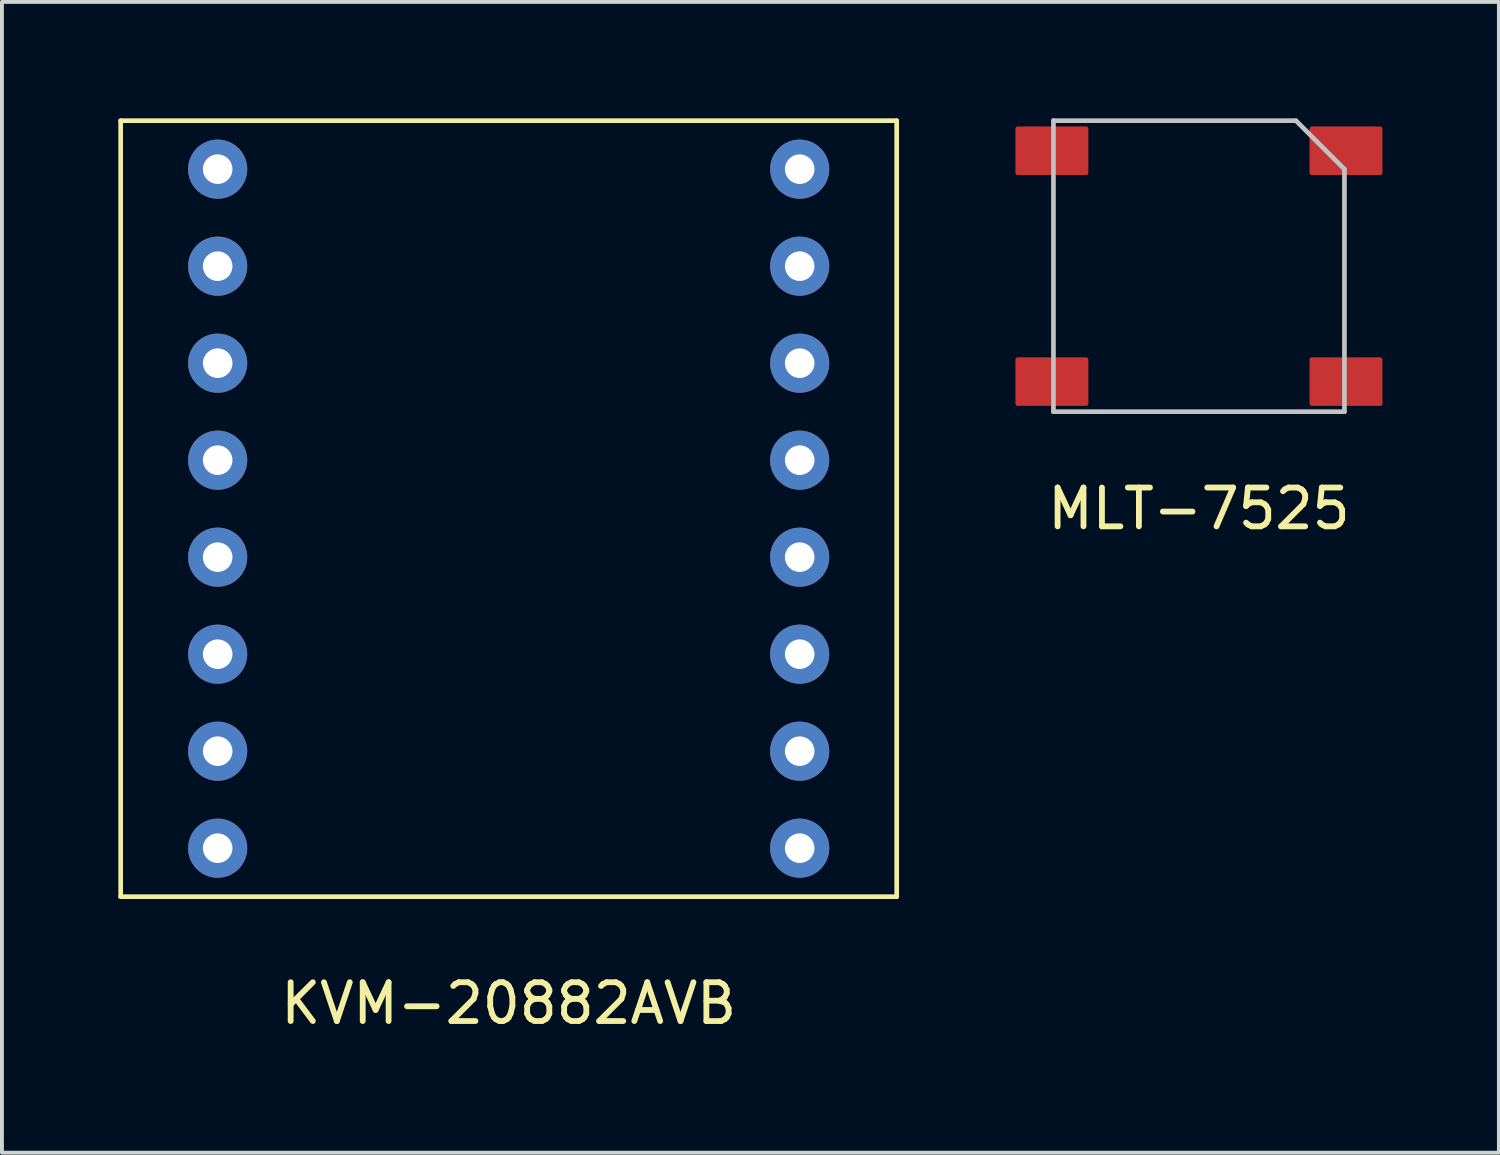
<source format=kicad_pcb>
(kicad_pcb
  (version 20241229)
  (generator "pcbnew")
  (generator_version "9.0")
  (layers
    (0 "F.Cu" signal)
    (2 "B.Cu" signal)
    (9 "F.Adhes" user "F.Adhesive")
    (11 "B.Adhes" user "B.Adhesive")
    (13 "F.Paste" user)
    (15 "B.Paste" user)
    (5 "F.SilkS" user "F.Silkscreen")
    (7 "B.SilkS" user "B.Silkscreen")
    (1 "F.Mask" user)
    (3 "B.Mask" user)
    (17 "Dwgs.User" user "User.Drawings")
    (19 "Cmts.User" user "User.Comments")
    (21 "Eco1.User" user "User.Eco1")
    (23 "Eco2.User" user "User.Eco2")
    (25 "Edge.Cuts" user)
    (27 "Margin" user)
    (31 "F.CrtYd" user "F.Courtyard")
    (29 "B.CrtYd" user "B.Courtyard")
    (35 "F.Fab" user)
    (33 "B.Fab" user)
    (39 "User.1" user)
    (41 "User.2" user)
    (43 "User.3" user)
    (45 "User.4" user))
  (footprint "KVM-20882AVB"
    (layer "F.Cu")
    (at 10.06 10.06)
    (property "Reference" "KVM-20882AVB" (at 0 12.75 0) (layer "F.SilkS") (effects (font (size 1 1) (thickness 0.15))))
    (attr through_hole)
    (fp_line (start -10 -10) (end -10 10) (stroke (width 0.12) (type solid)) (layer "F.SilkS"))
    (fp_line (start -10 10) (end 10 10) (stroke (width 0.12) (type solid)) (layer "F.SilkS"))
    (fp_line (start 10 -10) (end -10 -10) (stroke (width 0.12) (type solid)) (layer "F.SilkS"))
    (fp_line (start 10 10) (end 10 -10) (stroke (width 0.12) (type solid)) (layer "F.SilkS"))
    (pad "1" thru_hole circle (at -7.5 -8.75) (size 1.524 1.524) (drill 0.762) (layers "*.Cu" "*.Mask"))
    (pad "2" thru_hole circle (at -7.5 -6.25) (size 1.524 1.524) (drill 0.762) (layers "*.Cu" "*.Mask"))
    (pad "3" thru_hole circle (at -7.5 -3.75) (size 1.524 1.524) (drill 0.762) (layers "*.Cu" "*.Mask"))
    (pad "4" thru_hole circle (at -7.5 -1.25) (size 1.524 1.524) (drill 0.762) (layers "*.Cu" "*.Mask"))
    (pad "5" thru_hole circle (at -7.5 1.25) (size 1.524 1.524) (drill 0.762) (layers "*.Cu" "*.Mask"))
    (pad "6" thru_hole circle (at -7.5 3.75) (size 1.524 1.524) (drill 0.762) (layers "*.Cu" "*.Mask"))
    (pad "7" thru_hole circle (at -7.5 6.25) (size 1.524 1.524) (drill 0.762) (layers "*.Cu" "*.Mask"))
    (pad "8" thru_hole circle (at -7.5 8.75) (size 1.524 1.524) (drill 0.762) (layers "*.Cu" "*.Mask"))
    (pad "9" thru_hole circle (at 7.5 8.75) (size 1.524 1.524) (drill 0.762) (layers "*.Cu" "*.Mask"))
    (pad "10" thru_hole circle (at 7.5 6.25) (size 1.524 1.524) (drill 0.762) (layers "*.Cu" "*.Mask"))
    (pad "11" thru_hole circle (at 7.5 3.75) (size 1.524 1.524) (drill 0.762) (layers "*.Cu" "*.Mask"))
    (pad "12" thru_hole circle (at 7.5 1.25) (size 1.524 1.524) (drill 0.762) (layers "*.Cu" "*.Mask"))
    (pad "13" thru_hole circle (at 7.5 -1.25) (size 1.524 1.524) (drill 0.762) (layers "*.Cu" "*.Mask"))
    (pad "14" thru_hole circle (at 7.5 -3.75) (size 1.524 1.524) (drill 0.762) (layers "*.Cu" "*.Mask"))
    (pad "15" thru_hole circle (at 7.5 -6.25) (size 1.524 1.524) (drill 0.762) (layers "*.Cu" "*.Mask"))
    (pad "16" thru_hole circle (at 7.5 -8.75) (size 1.524 1.524) (drill 0.762) (layers "*.Cu" "*.Mask")))
  (footprint "MLT-7525"
    (layer "F.Cu")
    (at 27.85 3.81)
    (property "Reference" "MLT-7525" (at 0 6.25 0) (layer "F.SilkS") (effects (font (size 1 1) (thickness 0.15))))
    (attr through_hole)
    (fp_line (start -3.75 -3.75) (end -3.75 3.75) (stroke (width 0.12) (type solid)) (layer "Dwgs.User"))
    (fp_line (start -3.75 3.75) (end 3.75 3.75) (stroke (width 0.12) (type solid)) (layer "Dwgs.User"))
    (fp_line (start 2.5 -3.75) (end -3.75 -3.75) (stroke (width 0.12) (type solid)) (layer "Dwgs.User"))
    (fp_line (start 3.75 -2.5) (end 2.5 -3.75) (stroke (width 0.12) (type solid)) (layer "Dwgs.User"))
    (fp_line (start 3.75 3.75) (end 3.75 -2.5) (stroke (width 0.12) (type solid)) (layer "Dwgs.User"))
    (pad "1" smd custom (at -3 -2.5) (size 0.1 0.1) (layers "F.Cu" "F.Mask" "F.Paste") (options (anchor circle)) (primitives (gr_poly (pts (xy 0.1 0.1) (xy -1.68 0.1) (xy -1.68 -1.05) (xy 0.1 -1.05)) (width 0.1) (fill yes))))
    (pad "2" smd custom (at -3 2.5) (size 0.1 0.1) (layers "F.Cu" "F.Mask" "F.Paste") (options (anchor circle)) (primitives (gr_poly (pts (xy 0.1 1.05) (xy -1.68 1.05) (xy -1.68 -0.1) (xy 0.1 -0.1)) (width 0.1) (fill yes))))
    (pad "3" smd custom (at 3 -2.5) (size 0.1 0.1) (layers "F.Cu" "F.Mask" "F.Paste") (options (anchor circle)) (primitives (gr_poly (pts (xy 1.68 0.1) (xy -0.1 0.1) (xy -0.1 -1.05) (xy 1.68 -1.05)) (width 0.1) (fill yes))))
    (pad "4" smd custom (at 3 2.5) (size 0.1 0.1) (layers "F.Cu" "F.Mask" "F.Paste") (options (anchor circle)) (primitives (gr_poly (pts (xy 1.68 1.05) (xy -0.1 1.05) (xy -0.1 -0.1) (xy 1.68 -0.1)) (width 0.1) (fill yes)))))
  (gr_rect
    (start -3 -3)
    (end 35.58 26.658)
    (stroke (width 0.1) (type default))
    (fill no)
    (layer "Edge.Cuts")))
</source>
